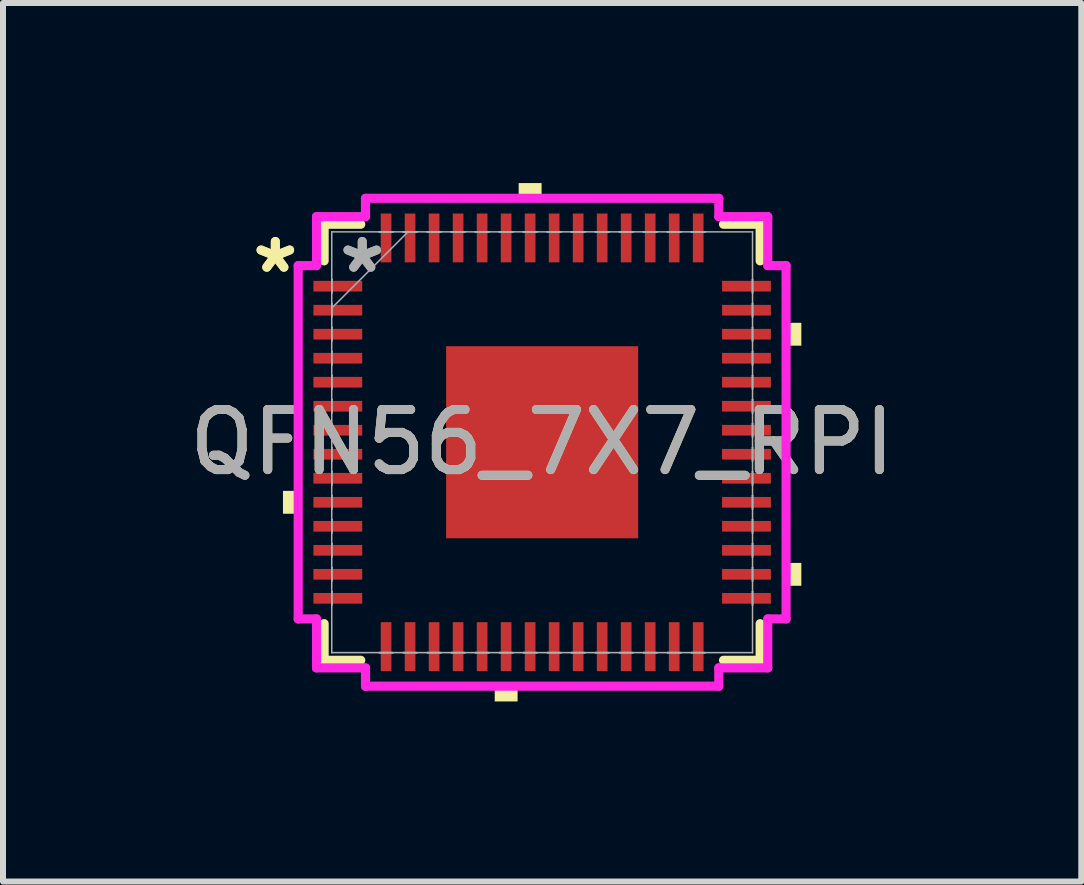
<source format=kicad_pcb>
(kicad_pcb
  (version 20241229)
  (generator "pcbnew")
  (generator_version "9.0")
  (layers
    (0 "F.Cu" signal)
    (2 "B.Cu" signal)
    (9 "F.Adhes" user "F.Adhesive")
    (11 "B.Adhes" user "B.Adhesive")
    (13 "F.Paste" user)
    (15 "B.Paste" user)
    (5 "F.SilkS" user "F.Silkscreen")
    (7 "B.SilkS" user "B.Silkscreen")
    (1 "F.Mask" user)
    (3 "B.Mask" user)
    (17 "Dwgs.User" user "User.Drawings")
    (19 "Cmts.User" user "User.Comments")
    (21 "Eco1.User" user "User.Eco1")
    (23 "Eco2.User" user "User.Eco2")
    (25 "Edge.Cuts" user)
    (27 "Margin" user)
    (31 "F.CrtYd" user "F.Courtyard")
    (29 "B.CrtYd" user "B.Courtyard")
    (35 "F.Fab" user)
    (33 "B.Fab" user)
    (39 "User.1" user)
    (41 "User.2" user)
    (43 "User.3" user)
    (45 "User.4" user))
  (footprint "QFN56_7X7_RPI"
    (layer "F.Cu")
    (at 5.982 4.318)
    (property "Reference" "QFN56_7X7_RPI" (at 0 0 0) (unlocked yes) (layer "F.SilkS") (effects (font (size 1 1) (thickness 0.15))))
    (attr smd)
    (fp_line (start -3.632 -3.632) (end -3.632 -3.022) (stroke (width 0.152) (type solid)) (layer "F.SilkS"))
    (fp_line (start -3.632 3.022) (end -3.632 3.632) (stroke (width 0.152) (type solid)) (layer "F.SilkS"))
    (fp_line (start -3.632 3.632) (end -3.022 3.632) (stroke (width 0.152) (type solid)) (layer "F.SilkS"))
    (fp_line (start -3.022 -3.632) (end -3.632 -3.632) (stroke (width 0.152) (type solid)) (layer "F.SilkS"))
    (fp_line (start 3.022 3.632) (end 3.632 3.632) (stroke (width 0.152) (type solid)) (layer "F.SilkS"))
    (fp_line (start 3.632 -3.632) (end 3.022 -3.632) (stroke (width 0.152) (type solid)) (layer "F.SilkS"))
    (fp_line (start 3.632 -3.022) (end 3.632 -3.632) (stroke (width 0.152) (type solid)) (layer "F.SilkS"))
    (fp_line (start 3.632 3.632) (end 3.632 3.022) (stroke (width 0.152) (type solid)) (layer "F.SilkS"))
    (fp_poly (pts (xy -4.318 0.81) (xy -4.318 1.191) (xy -4.064 1.191) (xy -4.064 0.81)) (stroke (width 0) (type solid)) (fill yes) (layer "F.SilkS"))
    (fp_poly (pts (xy -0.79 4.064) (xy -0.79 4.318) (xy -0.409 4.318) (xy -0.409 4.064)) (stroke (width 0) (type solid)) (fill yes) (layer "F.SilkS"))
    (fp_poly (pts (xy -0.391 -4.064) (xy -0.391 -4.318) (xy -0.009 -4.318) (xy -0.009 -4.064)) (stroke (width 0) (type solid)) (fill yes) (layer "F.SilkS"))
    (fp_poly (pts (xy 4.318 -1.99) (xy 4.318 -1.609) (xy 4.064 -1.609) (xy 4.064 -1.99)) (stroke (width 0) (type solid)) (fill yes) (layer "F.SilkS"))
    (fp_poly (pts (xy 4.318 2.01) (xy 4.318 2.391) (xy 4.064 2.391) (xy 4.064 2.01)) (stroke (width 0) (type solid)) (fill yes) (layer "F.SilkS"))
    (fp_poly (pts (xy -1.5 -1.5) (xy -1.5 -0.1) (xy -0.1 -0.1) (xy -0.1 -1.5)) (stroke (width 0) (type solid)) (fill yes) (layer "F.Paste"))
    (fp_poly (pts (xy -1.5 0.1) (xy -1.5 1.5) (xy -0.1 1.5) (xy -0.1 0.1)) (stroke (width 0) (type solid)) (fill yes) (layer "F.Paste"))
    (fp_poly (pts (xy 0.1 -1.5) (xy 0.1 -0.1) (xy 1.5 -0.1) (xy 1.5 -1.5)) (stroke (width 0) (type solid)) (fill yes) (layer "F.Paste"))
    (fp_poly (pts (xy 0.1 0.1) (xy 0.1 1.5) (xy 1.5 1.5) (xy 1.5 0.1)) (stroke (width 0) (type solid)) (fill yes) (layer "F.Paste"))
    (fp_line (start -4.064 -2.943) (end -3.759 -2.943) (stroke (width 0.152) (type solid)) (layer "F.CrtYd"))
    (fp_line (start -4.064 2.943) (end -4.064 -2.943) (stroke (width 0.152) (type solid)) (layer "F.CrtYd"))
    (fp_line (start -3.759 -3.759) (end -2.943 -3.759) (stroke (width 0.152) (type solid)) (layer "F.CrtYd"))
    (fp_line (start -3.759 -2.943) (end -3.759 -3.759) (stroke (width 0.152) (type solid)) (layer "F.CrtYd"))
    (fp_line (start -3.759 2.943) (end -4.064 2.943) (stroke (width 0.152) (type solid)) (layer "F.CrtYd"))
    (fp_line (start -3.759 3.759) (end -3.759 2.943) (stroke (width 0.152) (type solid)) (layer "F.CrtYd"))
    (fp_line (start -2.943 -4.064) (end 2.943 -4.064) (stroke (width 0.152) (type solid)) (layer "F.CrtYd"))
    (fp_line (start -2.943 -3.759) (end -2.943 -4.064) (stroke (width 0.152) (type solid)) (layer "F.CrtYd"))
    (fp_line (start -2.943 3.759) (end -3.759 3.759) (stroke (width 0.152) (type solid)) (layer "F.CrtYd"))
    (fp_line (start -2.943 4.064) (end -2.943 3.759) (stroke (width 0.152) (type solid)) (layer "F.CrtYd"))
    (fp_line (start 2.943 -4.064) (end 2.943 -3.759) (stroke (width 0.152) (type solid)) (layer "F.CrtYd"))
    (fp_line (start 2.943 -3.759) (end 3.759 -3.759) (stroke (width 0.152) (type solid)) (layer "F.CrtYd"))
    (fp_line (start 2.943 3.759) (end 2.943 4.064) (stroke (width 0.152) (type solid)) (layer "F.CrtYd"))
    (fp_line (start 2.943 4.064) (end -2.943 4.064) (stroke (width 0.152) (type solid)) (layer "F.CrtYd"))
    (fp_line (start 3.759 -3.759) (end 3.759 -2.943) (stroke (width 0.152) (type solid)) (layer "F.CrtYd"))
    (fp_line (start 3.759 -2.943) (end 4.064 -2.943) (stroke (width 0.152) (type solid)) (layer "F.CrtYd"))
    (fp_line (start 3.759 2.943) (end 3.759 3.759) (stroke (width 0.152) (type solid)) (layer "F.CrtYd"))
    (fp_line (start 3.759 3.759) (end 2.943 3.759) (stroke (width 0.152) (type solid)) (layer "F.CrtYd"))
    (fp_line (start 4.064 -2.943) (end 4.064 2.943) (stroke (width 0.152) (type solid)) (layer "F.CrtYd"))
    (fp_line (start 4.064 2.943) (end 3.759 2.943) (stroke (width 0.152) (type solid)) (layer "F.CrtYd"))
    (fp_line (start -3.505 -3.505) (end -3.505 -3.505) (stroke (width 0.025) (type solid)) (layer "F.Fab"))
    (fp_line (start -3.505 -3.505) (end -3.505 3.505) (stroke (width 0.025) (type solid)) (layer "F.Fab"))
    (fp_line (start -3.505 -2.714) (end -3.505 -2.714) (stroke (width 0.025) (type solid)) (layer "F.Fab"))
    (fp_line (start -3.505 -2.714) (end -3.505 -2.486) (stroke (width 0.025) (type solid)) (layer "F.Fab"))
    (fp_line (start -3.505 -2.486) (end -3.505 -2.714) (stroke (width 0.025) (type solid)) (layer "F.Fab"))
    (fp_line (start -3.505 -2.486) (end -3.505 -2.486) (stroke (width 0.025) (type solid)) (layer "F.Fab"))
    (fp_line (start -3.505 -2.314) (end -3.505 -2.314) (stroke (width 0.025) (type solid)) (layer "F.Fab"))
    (fp_line (start -3.505 -2.314) (end -3.505 -2.086) (stroke (width 0.025) (type solid)) (layer "F.Fab"))
    (fp_line (start -3.505 -2.235) (end -2.235 -3.505) (stroke (width 0.025) (type solid)) (layer "F.Fab"))
    (fp_line (start -3.505 -2.086) (end -3.505 -2.314) (stroke (width 0.025) (type solid)) (layer "F.Fab"))
    (fp_line (start -3.505 -2.086) (end -3.505 -2.086) (stroke (width 0.025) (type solid)) (layer "F.Fab"))
    (fp_line (start -3.505 -1.914) (end -3.505 -1.914) (stroke (width 0.025) (type solid)) (layer "F.Fab"))
    (fp_line (start -3.505 -1.914) (end -3.505 -1.686) (stroke (width 0.025) (type solid)) (layer "F.Fab"))
    (fp_line (start -3.505 -1.686) (end -3.505 -1.914) (stroke (width 0.025) (type solid)) (layer "F.Fab"))
    (fp_line (start -3.505 -1.686) (end -3.505 -1.686) (stroke (width 0.025) (type solid)) (layer "F.Fab"))
    (fp_line (start -3.505 -1.514) (end -3.505 -1.514) (stroke (width 0.025) (type solid)) (layer "F.Fab"))
    (fp_line (start -3.505 -1.514) (end -3.505 -1.286) (stroke (width 0.025) (type solid)) (layer "F.Fab"))
    (fp_line (start -3.505 -1.286) (end -3.505 -1.514) (stroke (width 0.025) (type solid)) (layer "F.Fab"))
    (fp_line (start -3.505 -1.286) (end -3.505 -1.286) (stroke (width 0.025) (type solid)) (layer "F.Fab"))
    (fp_line (start -3.505 -1.114) (end -3.505 -1.114) (stroke (width 0.025) (type solid)) (layer "F.Fab"))
    (fp_line (start -3.505 -1.114) (end -3.505 -0.886) (stroke (width 0.025) (type solid)) (layer "F.Fab"))
    (fp_line (start -3.505 -0.886) (end -3.505 -1.114) (stroke (width 0.025) (type solid)) (layer "F.Fab"))
    (fp_line (start -3.505 -0.886) (end -3.505 -0.886) (stroke (width 0.025) (type solid)) (layer "F.Fab"))
    (fp_line (start -3.505 -0.714) (end -3.505 -0.714) (stroke (width 0.025) (type solid)) (layer "F.Fab"))
    (fp_line (start -3.505 -0.714) (end -3.505 -0.486) (stroke (width 0.025) (type solid)) (layer "F.Fab"))
    (fp_line (start -3.505 -0.486) (end -3.505 -0.714) (stroke (width 0.025) (type solid)) (layer "F.Fab"))
    (fp_line (start -3.505 -0.486) (end -3.505 -0.486) (stroke (width 0.025) (type solid)) (layer "F.Fab"))
    (fp_line (start -3.505 -0.314) (end -3.505 -0.314) (stroke (width 0.025) (type solid)) (layer "F.Fab"))
    (fp_line (start -3.505 -0.314) (end -3.505 -0.086) (stroke (width 0.025) (type solid)) (layer "F.Fab"))
    (fp_line (start -3.505 -0.086) (end -3.505 -0.314) (stroke (width 0.025) (type solid)) (layer "F.Fab"))
    (fp_line (start -3.505 -0.086) (end -3.505 -0.086) (stroke (width 0.025) (type solid)) (layer "F.Fab"))
    (fp_line (start -3.505 0.086) (end -3.505 0.086) (stroke (width 0.025) (type solid)) (layer "F.Fab"))
    (fp_line (start -3.505 0.086) (end -3.505 0.314) (stroke (width 0.025) (type solid)) (layer "F.Fab"))
    (fp_line (start -3.505 0.314) (end -3.505 0.086) (stroke (width 0.025) (type solid)) (layer "F.Fab"))
    (fp_line (start -3.505 0.314) (end -3.505 0.314) (stroke (width 0.025) (type solid)) (layer "F.Fab"))
    (fp_line (start -3.505 0.486) (end -3.505 0.486) (stroke (width 0.025) (type solid)) (layer "F.Fab"))
    (fp_line (start -3.505 0.486) (end -3.505 0.714) (stroke (width 0.025) (type solid)) (layer "F.Fab"))
    (fp_line (start -3.505 0.714) (end -3.505 0.486) (stroke (width 0.025) (type solid)) (layer "F.Fab"))
    (fp_line (start -3.505 0.714) (end -3.505 0.714) (stroke (width 0.025) (type solid)) (layer "F.Fab"))
    (fp_line (start -3.505 0.886) (end -3.505 0.886) (stroke (width 0.025) (type solid)) (layer "F.Fab"))
    (fp_line (start -3.505 0.886) (end -3.505 1.114) (stroke (width 0.025) (type solid)) (layer "F.Fab"))
    (fp_line (start -3.505 1.114) (end -3.505 0.886) (stroke (width 0.025) (type solid)) (layer "F.Fab"))
    (fp_line (start -3.505 1.114) (end -3.505 1.114) (stroke (width 0.025) (type solid)) (layer "F.Fab"))
    (fp_line (start -3.505 1.286) (end -3.505 1.286) (stroke (width 0.025) (type solid)) (layer "F.Fab"))
    (fp_line (start -3.505 1.286) (end -3.505 1.514) (stroke (width 0.025) (type solid)) (layer "F.Fab"))
    (fp_line (start -3.505 1.514) (end -3.505 1.286) (stroke (width 0.025) (type solid)) (layer "F.Fab"))
    (fp_line (start -3.505 1.514) (end -3.505 1.514) (stroke (width 0.025) (type solid)) (layer "F.Fab"))
    (fp_line (start -3.505 1.686) (end -3.505 1.686) (stroke (width 0.025) (type solid)) (layer "F.Fab"))
    (fp_line (start -3.505 1.686) (end -3.505 1.914) (stroke (width 0.025) (type solid)) (layer "F.Fab"))
    (fp_line (start -3.505 1.914) (end -3.505 1.686) (stroke (width 0.025) (type solid)) (layer "F.Fab"))
    (fp_line (start -3.505 1.914) (end -3.505 1.914) (stroke (width 0.025) (type solid)) (layer "F.Fab"))
    (fp_line (start -3.505 2.086) (end -3.505 2.086) (stroke (width 0.025) (type solid)) (layer "F.Fab"))
    (fp_line (start -3.505 2.086) (end -3.505 2.314) (stroke (width 0.025) (type solid)) (layer "F.Fab"))
    (fp_line (start -3.505 2.314) (end -3.505 2.086) (stroke (width 0.025) (type solid)) (layer "F.Fab"))
    (fp_line (start -3.505 2.314) (end -3.505 2.314) (stroke (width 0.025) (type solid)) (layer "F.Fab"))
    (fp_line (start -3.505 2.486) (end -3.505 2.486) (stroke (width 0.025) (type solid)) (layer "F.Fab"))
    (fp_line (start -3.505 2.486) (end -3.505 2.714) (stroke (width 0.025) (type solid)) (layer "F.Fab"))
    (fp_line (start -3.505 2.714) (end -3.505 2.486) (stroke (width 0.025) (type solid)) (layer "F.Fab"))
    (fp_line (start -3.505 2.714) (end -3.505 2.714) (stroke (width 0.025) (type solid)) (layer "F.Fab"))
    (fp_line (start -3.505 3.505) (end -3.505 3.505) (stroke (width 0.025) (type solid)) (layer "F.Fab"))
    (fp_line (start -3.505 3.505) (end 3.505 3.505) (stroke (width 0.025) (type solid)) (layer "F.Fab"))
    (fp_line (start -2.714 -3.505) (end -2.714 -3.505) (stroke (width 0.025) (type solid)) (layer "F.Fab"))
    (fp_line (start -2.714 -3.505) (end -2.486 -3.505) (stroke (width 0.025) (type solid)) (layer "F.Fab"))
    (fp_line (start -2.714 3.505) (end -2.714 3.505) (stroke (width 0.025) (type solid)) (layer "F.Fab"))
    (fp_line (start -2.714 3.505) (end -2.486 3.505) (stroke (width 0.025) (type solid)) (layer "F.Fab"))
    (fp_line (start -2.486 -3.505) (end -2.714 -3.505) (stroke (width 0.025) (type solid)) (layer "F.Fab"))
    (fp_line (start -2.486 -3.505) (end -2.486 -3.505) (stroke (width 0.025) (type solid)) (layer "F.Fab"))
    (fp_line (start -2.486 3.505) (end -2.714 3.505) (stroke (width 0.025) (type solid)) (layer "F.Fab"))
    (fp_line (start -2.486 3.505) (end -2.486 3.505) (stroke (width 0.025) (type solid)) (layer "F.Fab"))
    (fp_line (start -2.314 -3.505) (end -2.314 -3.505) (stroke (width 0.025) (type solid)) (layer "F.Fab"))
    (fp_line (start -2.314 -3.505) (end -2.086 -3.505) (stroke (width 0.025) (type solid)) (layer "F.Fab"))
    (fp_line (start -2.314 3.505) (end -2.314 3.505) (stroke (width 0.025) (type solid)) (layer "F.Fab"))
    (fp_line (start -2.314 3.505) (end -2.086 3.505) (stroke (width 0.025) (type solid)) (layer "F.Fab"))
    (fp_line (start -2.086 -3.505) (end -2.314 -3.505) (stroke (width 0.025) (type solid)) (layer "F.Fab"))
    (fp_line (start -2.086 -3.505) (end -2.086 -3.505) (stroke (width 0.025) (type solid)) (layer "F.Fab"))
    (fp_line (start -2.086 3.505) (end -2.314 3.505) (stroke (width 0.025) (type solid)) (layer "F.Fab"))
    (fp_line (start -2.086 3.505) (end -2.086 3.505) (stroke (width 0.025) (type solid)) (layer "F.Fab"))
    (fp_line (start -1.914 -3.505) (end -1.914 -3.505) (stroke (width 0.025) (type solid)) (layer "F.Fab"))
    (fp_line (start -1.914 -3.505) (end -1.686 -3.505) (stroke (width 0.025) (type solid)) (layer "F.Fab"))
    (fp_line (start -1.914 3.505) (end -1.914 3.505) (stroke (width 0.025) (type solid)) (layer "F.Fab"))
    (fp_line (start -1.914 3.505) (end -1.686 3.505) (stroke (width 0.025) (type solid)) (layer "F.Fab"))
    (fp_line (start -1.686 -3.505) (end -1.914 -3.505) (stroke (width 0.025) (type solid)) (layer "F.Fab"))
    (fp_line (start -1.686 -3.505) (end -1.686 -3.505) (stroke (width 0.025) (type solid)) (layer "F.Fab"))
    (fp_line (start -1.686 3.505) (end -1.914 3.505) (stroke (width 0.025) (type solid)) (layer "F.Fab"))
    (fp_line (start -1.686 3.505) (end -1.686 3.505) (stroke (width 0.025) (type solid)) (layer "F.Fab"))
    (fp_line (start -1.514 -3.505) (end -1.514 -3.505) (stroke (width 0.025) (type solid)) (layer "F.Fab"))
    (fp_line (start -1.514 -3.505) (end -1.286 -3.505) (stroke (width 0.025) (type solid)) (layer "F.Fab"))
    (fp_line (start -1.514 3.505) (end -1.514 3.505) (stroke (width 0.025) (type solid)) (layer "F.Fab"))
    (fp_line (start -1.514 3.505) (end -1.286 3.505) (stroke (width 0.025) (type solid)) (layer "F.Fab"))
    (fp_line (start -1.286 -3.505) (end -1.514 -3.505) (stroke (width 0.025) (type solid)) (layer "F.Fab"))
    (fp_line (start -1.286 -3.505) (end -1.286 -3.505) (stroke (width 0.025) (type solid)) (layer "F.Fab"))
    (fp_line (start -1.286 3.505) (end -1.514 3.505) (stroke (width 0.025) (type solid)) (layer "F.Fab"))
    (fp_line (start -1.286 3.505) (end -1.286 3.505) (stroke (width 0.025) (type solid)) (layer "F.Fab"))
    (fp_line (start -1.114 -3.505) (end -1.114 -3.505) (stroke (width 0.025) (type solid)) (layer "F.Fab"))
    (fp_line (start -1.114 -3.505) (end -0.886 -3.505) (stroke (width 0.025) (type solid)) (layer "F.Fab"))
    (fp_line (start -1.114 3.505) (end -1.114 3.505) (stroke (width 0.025) (type solid)) (layer "F.Fab"))
    (fp_line (start -1.114 3.505) (end -0.886 3.505) (stroke (width 0.025) (type solid)) (layer "F.Fab"))
    (fp_line (start -0.886 -3.505) (end -1.114 -3.505) (stroke (width 0.025) (type solid)) (layer "F.Fab"))
    (fp_line (start -0.886 -3.505) (end -0.886 -3.505) (stroke (width 0.025) (type solid)) (layer "F.Fab"))
    (fp_line (start -0.886 3.505) (end -1.114 3.505) (stroke (width 0.025) (type solid)) (layer "F.Fab"))
    (fp_line (start -0.886 3.505) (end -0.886 3.505) (stroke (width 0.025) (type solid)) (layer "F.Fab"))
    (fp_line (start -0.714 -3.505) (end -0.714 -3.505) (stroke (width 0.025) (type solid)) (layer "F.Fab"))
    (fp_line (start -0.714 -3.505) (end -0.486 -3.505) (stroke (width 0.025) (type solid)) (layer "F.Fab"))
    (fp_line (start -0.714 3.505) (end -0.714 3.505) (stroke (width 0.025) (type solid)) (layer "F.Fab"))
    (fp_line (start -0.714 3.505) (end -0.486 3.505) (stroke (width 0.025) (type solid)) (layer "F.Fab"))
    (fp_line (start -0.486 -3.505) (end -0.714 -3.505) (stroke (width 0.025) (type solid)) (layer "F.Fab"))
    (fp_line (start -0.486 -3.505) (end -0.486 -3.505) (stroke (width 0.025) (type solid)) (layer "F.Fab"))
    (fp_line (start -0.486 3.505) (end -0.714 3.505) (stroke (width 0.025) (type solid)) (layer "F.Fab"))
    (fp_line (start -0.486 3.505) (end -0.486 3.505) (stroke (width 0.025) (type solid)) (layer "F.Fab"))
    (fp_line (start -0.314 -3.505) (end -0.314 -3.505) (stroke (width 0.025) (type solid)) (layer "F.Fab"))
    (fp_line (start -0.314 -3.505) (end -0.086 -3.505) (stroke (width 0.025) (type solid)) (layer "F.Fab"))
    (fp_line (start -0.314 3.505) (end -0.314 3.505) (stroke (width 0.025) (type solid)) (layer "F.Fab"))
    (fp_line (start -0.314 3.505) (end -0.086 3.505) (stroke (width 0.025) (type solid)) (layer "F.Fab"))
    (fp_line (start -0.086 -3.505) (end -0.314 -3.505) (stroke (width 0.025) (type solid)) (layer "F.Fab"))
    (fp_line (start -0.086 -3.505) (end -0.086 -3.505) (stroke (width 0.025) (type solid)) (layer "F.Fab"))
    (fp_line (start -0.086 3.505) (end -0.314 3.505) (stroke (width 0.025) (type solid)) (layer "F.Fab"))
    (fp_line (start -0.086 3.505) (end -0.086 3.505) (stroke (width 0.025) (type solid)) (layer "F.Fab"))
    (fp_line (start 0.086 -3.505) (end 0.086 -3.505) (stroke (width 0.025) (type solid)) (layer "F.Fab"))
    (fp_line (start 0.086 -3.505) (end 0.314 -3.505) (stroke (width 0.025) (type solid)) (layer "F.Fab"))
    (fp_line (start 0.086 3.505) (end 0.086 3.505) (stroke (width 0.025) (type solid)) (layer "F.Fab"))
    (fp_line (start 0.086 3.505) (end 0.314 3.505) (stroke (width 0.025) (type solid)) (layer "F.Fab"))
    (fp_line (start 0.314 -3.505) (end 0.086 -3.505) (stroke (width 0.025) (type solid)) (layer "F.Fab"))
    (fp_line (start 0.314 -3.505) (end 0.314 -3.505) (stroke (width 0.025) (type solid)) (layer "F.Fab"))
    (fp_line (start 0.314 3.505) (end 0.086 3.505) (stroke (width 0.025) (type solid)) (layer "F.Fab"))
    (fp_line (start 0.314 3.505) (end 0.314 3.505) (stroke (width 0.025) (type solid)) (layer "F.Fab"))
    (fp_line (start 0.486 -3.505) (end 0.486 -3.505) (stroke (width 0.025) (type solid)) (layer "F.Fab"))
    (fp_line (start 0.486 -3.505) (end 0.714 -3.505) (stroke (width 0.025) (type solid)) (layer "F.Fab"))
    (fp_line (start 0.486 3.505) (end 0.486 3.505) (stroke (width 0.025) (type solid)) (layer "F.Fab"))
    (fp_line (start 0.486 3.505) (end 0.714 3.505) (stroke (width 0.025) (type solid)) (layer "F.Fab"))
    (fp_line (start 0.714 -3.505) (end 0.486 -3.505) (stroke (width 0.025) (type solid)) (layer "F.Fab"))
    (fp_line (start 0.714 -3.505) (end 0.714 -3.505) (stroke (width 0.025) (type solid)) (layer "F.Fab"))
    (fp_line (start 0.714 3.505) (end 0.486 3.505) (stroke (width 0.025) (type solid)) (layer "F.Fab"))
    (fp_line (start 0.714 3.505) (end 0.714 3.505) (stroke (width 0.025) (type solid)) (layer "F.Fab"))
    (fp_line (start 0.886 -3.505) (end 0.886 -3.505) (stroke (width 0.025) (type solid)) (layer "F.Fab"))
    (fp_line (start 0.886 -3.505) (end 1.114 -3.505) (stroke (width 0.025) (type solid)) (layer "F.Fab"))
    (fp_line (start 0.886 3.505) (end 0.886 3.505) (stroke (width 0.025) (type solid)) (layer "F.Fab"))
    (fp_line (start 0.886 3.505) (end 1.114 3.505) (stroke (width 0.025) (type solid)) (layer "F.Fab"))
    (fp_line (start 1.114 -3.505) (end 0.886 -3.505) (stroke (width 0.025) (type solid)) (layer "F.Fab"))
    (fp_line (start 1.114 -3.505) (end 1.114 -3.505) (stroke (width 0.025) (type solid)) (layer "F.Fab"))
    (fp_line (start 1.114 3.505) (end 0.886 3.505) (stroke (width 0.025) (type solid)) (layer "F.Fab"))
    (fp_line (start 1.114 3.505) (end 1.114 3.505) (stroke (width 0.025) (type solid)) (layer "F.Fab"))
    (fp_line (start 1.286 -3.505) (end 1.286 -3.505) (stroke (width 0.025) (type solid)) (layer "F.Fab"))
    (fp_line (start 1.286 -3.505) (end 1.514 -3.505) (stroke (width 0.025) (type solid)) (layer "F.Fab"))
    (fp_line (start 1.286 3.505) (end 1.286 3.505) (stroke (width 0.025) (type solid)) (layer "F.Fab"))
    (fp_line (start 1.286 3.505) (end 1.514 3.505) (stroke (width 0.025) (type solid)) (layer "F.Fab"))
    (fp_line (start 1.514 -3.505) (end 1.286 -3.505) (stroke (width 0.025) (type solid)) (layer "F.Fab"))
    (fp_line (start 1.514 -3.505) (end 1.514 -3.505) (stroke (width 0.025) (type solid)) (layer "F.Fab"))
    (fp_line (start 1.514 3.505) (end 1.286 3.505) (stroke (width 0.025) (type solid)) (layer "F.Fab"))
    (fp_line (start 1.514 3.505) (end 1.514 3.505) (stroke (width 0.025) (type solid)) (layer "F.Fab"))
    (fp_line (start 1.686 -3.505) (end 1.686 -3.505) (stroke (width 0.025) (type solid)) (layer "F.Fab"))
    (fp_line (start 1.686 -3.505) (end 1.914 -3.505) (stroke (width 0.025) (type solid)) (layer "F.Fab"))
    (fp_line (start 1.686 3.505) (end 1.686 3.505) (stroke (width 0.025) (type solid)) (layer "F.Fab"))
    (fp_line (start 1.686 3.505) (end 1.914 3.505) (stroke (width 0.025) (type solid)) (layer "F.Fab"))
    (fp_line (start 1.914 -3.505) (end 1.686 -3.505) (stroke (width 0.025) (type solid)) (layer "F.Fab"))
    (fp_line (start 1.914 -3.505) (end 1.914 -3.505) (stroke (width 0.025) (type solid)) (layer "F.Fab"))
    (fp_line (start 1.914 3.505) (end 1.686 3.505) (stroke (width 0.025) (type solid)) (layer "F.Fab"))
    (fp_line (start 1.914 3.505) (end 1.914 3.505) (stroke (width 0.025) (type solid)) (layer "F.Fab"))
    (fp_line (start 2.086 -3.505) (end 2.086 -3.505) (stroke (width 0.025) (type solid)) (layer "F.Fab"))
    (fp_line (start 2.086 -3.505) (end 2.314 -3.505) (stroke (width 0.025) (type solid)) (layer "F.Fab"))
    (fp_line (start 2.086 3.505) (end 2.086 3.505) (stroke (width 0.025) (type solid)) (layer "F.Fab"))
    (fp_line (start 2.086 3.505) (end 2.314 3.505) (stroke (width 0.025) (type solid)) (layer "F.Fab"))
    (fp_line (start 2.314 -3.505) (end 2.086 -3.505) (stroke (width 0.025) (type solid)) (layer "F.Fab"))
    (fp_line (start 2.314 -3.505) (end 2.314 -3.505) (stroke (width 0.025) (type solid)) (layer "F.Fab"))
    (fp_line (start 2.314 3.505) (end 2.086 3.505) (stroke (width 0.025) (type solid)) (layer "F.Fab"))
    (fp_line (start 2.314 3.505) (end 2.314 3.505) (stroke (width 0.025) (type solid)) (layer "F.Fab"))
    (fp_line (start 2.486 -3.505) (end 2.486 -3.505) (stroke (width 0.025) (type solid)) (layer "F.Fab"))
    (fp_line (start 2.486 -3.505) (end 2.714 -3.505) (stroke (width 0.025) (type solid)) (layer "F.Fab"))
    (fp_line (start 2.486 3.505) (end 2.486 3.505) (stroke (width 0.025) (type solid)) (layer "F.Fab"))
    (fp_line (start 2.486 3.505) (end 2.714 3.505) (stroke (width 0.025) (type solid)) (layer "F.Fab"))
    (fp_line (start 2.714 -3.505) (end 2.486 -3.505) (stroke (width 0.025) (type solid)) (layer "F.Fab"))
    (fp_line (start 2.714 -3.505) (end 2.714 -3.505) (stroke (width 0.025) (type solid)) (layer "F.Fab"))
    (fp_line (start 2.714 3.505) (end 2.486 3.505) (stroke (width 0.025) (type solid)) (layer "F.Fab"))
    (fp_line (start 2.714 3.505) (end 2.714 3.505) (stroke (width 0.025) (type solid)) (layer "F.Fab"))
    (fp_line (start 3.505 -3.505) (end -3.505 -3.505) (stroke (width 0.025) (type solid)) (layer "F.Fab"))
    (fp_line (start 3.505 -3.505) (end 3.505 -3.505) (stroke (width 0.025) (type solid)) (layer "F.Fab"))
    (fp_line (start 3.505 -2.714) (end 3.505 -2.714) (stroke (width 0.025) (type solid)) (layer "F.Fab"))
    (fp_line (start 3.505 -2.714) (end 3.505 -2.486) (stroke (width 0.025) (type solid)) (layer "F.Fab"))
    (fp_line (start 3.505 -2.486) (end 3.505 -2.714) (stroke (width 0.025) (type solid)) (layer "F.Fab"))
    (fp_line (start 3.505 -2.486) (end 3.505 -2.486) (stroke (width 0.025) (type solid)) (layer "F.Fab"))
    (fp_line (start 3.505 -2.314) (end 3.505 -2.314) (stroke (width 0.025) (type solid)) (layer "F.Fab"))
    (fp_line (start 3.505 -2.314) (end 3.505 -2.086) (stroke (width 0.025) (type solid)) (layer "F.Fab"))
    (fp_line (start 3.505 -2.086) (end 3.505 -2.314) (stroke (width 0.025) (type solid)) (layer "F.Fab"))
    (fp_line (start 3.505 -2.086) (end 3.505 -2.086) (stroke (width 0.025) (type solid)) (layer "F.Fab"))
    (fp_line (start 3.505 -1.914) (end 3.505 -1.914) (stroke (width 0.025) (type solid)) (layer "F.Fab"))
    (fp_line (start 3.505 -1.914) (end 3.505 -1.686) (stroke (width 0.025) (type solid)) (layer "F.Fab"))
    (fp_line (start 3.505 -1.686) (end 3.505 -1.914) (stroke (width 0.025) (type solid)) (layer "F.Fab"))
    (fp_line (start 3.505 -1.686) (end 3.505 -1.686) (stroke (width 0.025) (type solid)) (layer "F.Fab"))
    (fp_line (start 3.505 -1.514) (end 3.505 -1.514) (stroke (width 0.025) (type solid)) (layer "F.Fab"))
    (fp_line (start 3.505 -1.514) (end 3.505 -1.286) (stroke (width 0.025) (type solid)) (layer "F.Fab"))
    (fp_line (start 3.505 -1.286) (end 3.505 -1.514) (stroke (width 0.025) (type solid)) (layer "F.Fab"))
    (fp_line (start 3.505 -1.286) (end 3.505 -1.286) (stroke (width 0.025) (type solid)) (layer "F.Fab"))
    (fp_line (start 3.505 -1.114) (end 3.505 -1.114) (stroke (width 0.025) (type solid)) (layer "F.Fab"))
    (fp_line (start 3.505 -1.114) (end 3.505 -0.886) (stroke (width 0.025) (type solid)) (layer "F.Fab"))
    (fp_line (start 3.505 -0.886) (end 3.505 -1.114) (stroke (width 0.025) (type solid)) (layer "F.Fab"))
    (fp_line (start 3.505 -0.886) (end 3.505 -0.886) (stroke (width 0.025) (type solid)) (layer "F.Fab"))
    (fp_line (start 3.505 -0.714) (end 3.505 -0.714) (stroke (width 0.025) (type solid)) (layer "F.Fab"))
    (fp_line (start 3.505 -0.714) (end 3.505 -0.486) (stroke (width 0.025) (type solid)) (layer "F.Fab"))
    (fp_line (start 3.505 -0.486) (end 3.505 -0.714) (stroke (width 0.025) (type solid)) (layer "F.Fab"))
    (fp_line (start 3.505 -0.486) (end 3.505 -0.486) (stroke (width 0.025) (type solid)) (layer "F.Fab"))
    (fp_line (start 3.505 -0.314) (end 3.505 -0.314) (stroke (width 0.025) (type solid)) (layer "F.Fab"))
    (fp_line (start 3.505 -0.314) (end 3.505 -0.086) (stroke (width 0.025) (type solid)) (layer "F.Fab"))
    (fp_line (start 3.505 -0.086) (end 3.505 -0.314) (stroke (width 0.025) (type solid)) (layer "F.Fab"))
    (fp_line (start 3.505 -0.086) (end 3.505 -0.086) (stroke (width 0.025) (type solid)) (layer "F.Fab"))
    (fp_line (start 3.505 0.086) (end 3.505 0.086) (stroke (width 0.025) (type solid)) (layer "F.Fab"))
    (fp_line (start 3.505 0.086) (end 3.505 0.314) (stroke (width 0.025) (type solid)) (layer "F.Fab"))
    (fp_line (start 3.505 0.314) (end 3.505 0.086) (stroke (width 0.025) (type solid)) (layer "F.Fab"))
    (fp_line (start 3.505 0.314) (end 3.505 0.314) (stroke (width 0.025) (type solid)) (layer "F.Fab"))
    (fp_line (start 3.505 0.486) (end 3.505 0.486) (stroke (width 0.025) (type solid)) (layer "F.Fab"))
    (fp_line (start 3.505 0.486) (end 3.505 0.714) (stroke (width 0.025) (type solid)) (layer "F.Fab"))
    (fp_line (start 3.505 0.714) (end 3.505 0.486) (stroke (width 0.025) (type solid)) (layer "F.Fab"))
    (fp_line (start 3.505 0.714) (end 3.505 0.714) (stroke (width 0.025) (type solid)) (layer "F.Fab"))
    (fp_line (start 3.505 0.886) (end 3.505 0.886) (stroke (width 0.025) (type solid)) (layer "F.Fab"))
    (fp_line (start 3.505 0.886) (end 3.505 1.114) (stroke (width 0.025) (type solid)) (layer "F.Fab"))
    (fp_line (start 3.505 1.114) (end 3.505 0.886) (stroke (width 0.025) (type solid)) (layer "F.Fab"))
    (fp_line (start 3.505 1.114) (end 3.505 1.114) (stroke (width 0.025) (type solid)) (layer "F.Fab"))
    (fp_line (start 3.505 1.286) (end 3.505 1.286) (stroke (width 0.025) (type solid)) (layer "F.Fab"))
    (fp_line (start 3.505 1.286) (end 3.505 1.514) (stroke (width 0.025) (type solid)) (layer "F.Fab"))
    (fp_line (start 3.505 1.514) (end 3.505 1.286) (stroke (width 0.025) (type solid)) (layer "F.Fab"))
    (fp_line (start 3.505 1.514) (end 3.505 1.514) (stroke (width 0.025) (type solid)) (layer "F.Fab"))
    (fp_line (start 3.505 1.686) (end 3.505 1.686) (stroke (width 0.025) (type solid)) (layer "F.Fab"))
    (fp_line (start 3.505 1.686) (end 3.505 1.914) (stroke (width 0.025) (type solid)) (layer "F.Fab"))
    (fp_line (start 3.505 1.914) (end 3.505 1.686) (stroke (width 0.025) (type solid)) (layer "F.Fab"))
    (fp_line (start 3.505 1.914) (end 3.505 1.914) (stroke (width 0.025) (type solid)) (layer "F.Fab"))
    (fp_line (start 3.505 2.086) (end 3.505 2.086) (stroke (width 0.025) (type solid)) (layer "F.Fab"))
    (fp_line (start 3.505 2.086) (end 3.505 2.314) (stroke (width 0.025) (type solid)) (layer "F.Fab"))
    (fp_line (start 3.505 2.314) (end 3.505 2.086) (stroke (width 0.025) (type solid)) (layer "F.Fab"))
    (fp_line (start 3.505 2.314) (end 3.505 2.314) (stroke (width 0.025) (type solid)) (layer "F.Fab"))
    (fp_line (start 3.505 2.486) (end 3.505 2.486) (stroke (width 0.025) (type solid)) (layer "F.Fab"))
    (fp_line (start 3.505 2.486) (end 3.505 2.714) (stroke (width 0.025) (type solid)) (layer "F.Fab"))
    (fp_line (start 3.505 2.714) (end 3.505 2.486) (stroke (width 0.025) (type solid)) (layer "F.Fab"))
    (fp_line (start 3.505 2.714) (end 3.505 2.714) (stroke (width 0.025) (type solid)) (layer "F.Fab"))
    (fp_line (start 3.505 3.505) (end 3.505 -3.505) (stroke (width 0.025) (type solid)) (layer "F.Fab"))
    (fp_line (start 3.505 3.505) (end 3.505 3.505) (stroke (width 0.025) (type solid)) (layer "F.Fab"))
    (fp_text user "*" (at -4.445 -2.8 0) (unlocked yes) (layer "F.SilkS") (effects (font (size 1 1) (thickness 0.15))))
    (fp_text user "*" (at -4.445 -2.8 0) (layer "F.SilkS") (effects (font (size 1 1) (thickness 0.15))))
    (fp_text user "*" (at -2.997 -2.8 0) (layer "F.Fab") (effects (font (size 1 1) (thickness 0.15))))
    (fp_text user "*" (at -2.997 -2.8 0) (unlocked yes) (layer "F.Fab") (effects (font (size 1 1) (thickness 0.15))))
    (fp_text user "${REFERENCE}" (at 0 0 0) (unlocked yes) (layer "F.Fab") (effects (font (size 1 1) (thickness 0.15))))
    (pad "1" smd rect (at -3.404 -2.6 90) (size 0.178 0.813) (layers "F.Cu" "F.Mask" "F.Paste"))
    (pad "2" smd rect (at -3.404 -2.2 90) (size 0.178 0.813) (layers "F.Cu" "F.Mask" "F.Paste"))
    (pad "3" smd rect (at -3.404 -1.8 90) (size 0.178 0.813) (layers "F.Cu" "F.Mask" "F.Paste"))
    (pad "4" smd rect (at -3.404 -1.4 90) (size 0.178 0.813) (layers "F.Cu" "F.Mask" "F.Paste"))
    (pad "5" smd rect (at -3.404 -1 90) (size 0.178 0.813) (layers "F.Cu" "F.Mask" "F.Paste"))
    (pad "6" smd rect (at -3.404 -0.6 90) (size 0.178 0.813) (layers "F.Cu" "F.Mask" "F.Paste"))
    (pad "7" smd rect (at -3.404 -0.2 90) (size 0.178 0.813) (layers "F.Cu" "F.Mask" "F.Paste"))
    (pad "8" smd rect (at -3.404 0.2 90) (size 0.178 0.813) (layers "F.Cu" "F.Mask" "F.Paste"))
    (pad "9" smd rect (at -3.404 0.6 90) (size 0.178 0.813) (layers "F.Cu" "F.Mask" "F.Paste"))
    (pad "10" smd rect (at -3.404 1 90) (size 0.178 0.813) (layers "F.Cu" "F.Mask" "F.Paste"))
    (pad "11" smd rect (at -3.404 1.4 90) (size 0.178 0.813) (layers "F.Cu" "F.Mask" "F.Paste"))
    (pad "12" smd rect (at -3.404 1.8 90) (size 0.178 0.813) (layers "F.Cu" "F.Mask" "F.Paste"))
    (pad "13" smd rect (at -3.404 2.2 90) (size 0.178 0.813) (layers "F.Cu" "F.Mask" "F.Paste"))
    (pad "14" smd rect (at -3.404 2.6 90) (size 0.178 0.813) (layers "F.Cu" "F.Mask" "F.Paste"))
    (pad "15" smd rect (at -2.6 3.404) (size 0.178 0.813) (layers "F.Cu" "F.Mask" "F.Paste"))
    (pad "16" smd rect (at -2.2 3.404) (size 0.178 0.813) (layers "F.Cu" "F.Mask" "F.Paste"))
    (pad "17" smd rect (at -1.8 3.404) (size 0.178 0.813) (layers "F.Cu" "F.Mask" "F.Paste"))
    (pad "18" smd rect (at -1.4 3.404) (size 0.178 0.813) (layers "F.Cu" "F.Mask" "F.Paste"))
    (pad "19" smd rect (at -1 3.404) (size 0.178 0.813) (layers "F.Cu" "F.Mask" "F.Paste"))
    (pad "20" smd rect (at -0.6 3.404) (size 0.178 0.813) (layers "F.Cu" "F.Mask" "F.Paste"))
    (pad "21" smd rect (at -0.2 3.404) (size 0.178 0.813) (layers "F.Cu" "F.Mask" "F.Paste"))
    (pad "22" smd rect (at 0.2 3.404) (size 0.178 0.813) (layers "F.Cu" "F.Mask" "F.Paste"))
    (pad "23" smd rect (at 0.6 3.404) (size 0.178 0.813) (layers "F.Cu" "F.Mask" "F.Paste"))
    (pad "24" smd rect (at 1 3.404) (size 0.178 0.813) (layers "F.Cu" "F.Mask" "F.Paste"))
    (pad "25" smd rect (at 1.4 3.404) (size 0.178 0.813) (layers "F.Cu" "F.Mask" "F.Paste"))
    (pad "26" smd rect (at 1.8 3.404) (size 0.178 0.813) (layers "F.Cu" "F.Mask" "F.Paste"))
    (pad "27" smd rect (at 2.2 3.404) (size 0.178 0.813) (layers "F.Cu" "F.Mask" "F.Paste"))
    (pad "28" smd rect (at 2.6 3.404) (size 0.178 0.813) (layers "F.Cu" "F.Mask" "F.Paste"))
    (pad "29" smd rect (at 3.404 2.6 90) (size 0.178 0.813) (layers "F.Cu" "F.Mask" "F.Paste"))
    (pad "30" smd rect (at 3.404 2.2 90) (size 0.178 0.813) (layers "F.Cu" "F.Mask" "F.Paste"))
    (pad "31" smd rect (at 3.404 1.8 90) (size 0.178 0.813) (layers "F.Cu" "F.Mask" "F.Paste"))
    (pad "32" smd rect (at 3.404 1.4 90) (size 0.178 0.813) (layers "F.Cu" "F.Mask" "F.Paste"))
    (pad "33" smd rect (at 3.404 1 90) (size 0.178 0.813) (layers "F.Cu" "F.Mask" "F.Paste"))
    (pad "34" smd rect (at 3.404 0.6 90) (size 0.178 0.813) (layers "F.Cu" "F.Mask" "F.Paste"))
    (pad "35" smd rect (at 3.404 0.2 90) (size 0.178 0.813) (layers "F.Cu" "F.Mask" "F.Paste"))
    (pad "36" smd rect (at 3.404 -0.2 90) (size 0.178 0.813) (layers "F.Cu" "F.Mask" "F.Paste"))
    (pad "37" smd rect (at 3.404 -0.6 90) (size 0.178 0.813) (layers "F.Cu" "F.Mask" "F.Paste"))
    (pad "38" smd rect (at 3.404 -1 90) (size 0.178 0.813) (layers "F.Cu" "F.Mask" "F.Paste"))
    (pad "39" smd rect (at 3.404 -1.4 90) (size 0.178 0.813) (layers "F.Cu" "F.Mask" "F.Paste"))
    (pad "40" smd rect (at 3.404 -1.8 90) (size 0.178 0.813) (layers "F.Cu" "F.Mask" "F.Paste"))
    (pad "41" smd rect (at 3.404 -2.2 90) (size 0.178 0.813) (layers "F.Cu" "F.Mask" "F.Paste"))
    (pad "42" smd rect (at 3.404 -2.6 90) (size 0.178 0.813) (layers "F.Cu" "F.Mask" "F.Paste"))
    (pad "43" smd rect (at 2.6 -3.404) (size 0.178 0.813) (layers "F.Cu" "F.Mask" "F.Paste"))
    (pad "44" smd rect (at 2.2 -3.404) (size 0.178 0.813) (layers "F.Cu" "F.Mask" "F.Paste"))
    (pad "45" smd rect (at 1.8 -3.404) (size 0.178 0.813) (layers "F.Cu" "F.Mask" "F.Paste"))
    (pad "46" smd rect (at 1.4 -3.404) (size 0.178 0.813) (layers "F.Cu" "F.Mask" "F.Paste"))
    (pad "47" smd rect (at 1 -3.404) (size 0.178 0.813) (layers "F.Cu" "F.Mask" "F.Paste"))
    (pad "48" smd rect (at 0.6 -3.404) (size 0.178 0.813) (layers "F.Cu" "F.Mask" "F.Paste"))
    (pad "49" smd rect (at 0.2 -3.404) (size 0.178 0.813) (layers "F.Cu" "F.Mask" "F.Paste"))
    (pad "50" smd rect (at -0.2 -3.404) (size 0.178 0.813) (layers "F.Cu" "F.Mask" "F.Paste"))
    (pad "51" smd rect (at -0.6 -3.404) (size 0.178 0.813) (layers "F.Cu" "F.Mask" "F.Paste"))
    (pad "52" smd rect (at -1 -3.404) (size 0.178 0.813) (layers "F.Cu" "F.Mask" "F.Paste"))
    (pad "53" smd rect (at -1.4 -3.404) (size 0.178 0.813) (layers "F.Cu" "F.Mask" "F.Paste"))
    (pad "54" smd rect (at -1.8 -3.404) (size 0.178 0.813) (layers "F.Cu" "F.Mask" "F.Paste"))
    (pad "55" smd rect (at -2.2 -3.404) (size 0.178 0.813) (layers "F.Cu" "F.Mask" "F.Paste"))
    (pad "56" smd rect (at -2.6 -3.404) (size 0.178 0.813) (layers "F.Cu" "F.Mask" "F.Paste"))
    (pad "57" smd rect (at 0 0) (size 3.2 3.2) (layers "F.Cu" "F.Mask" "F.Paste")))
  (gr_rect
    (start -3 -3)
    (end 14.964 11.636)
    (stroke (width 0.1) (type default))
    (fill no)
    (layer "Edge.Cuts")))
</source>
